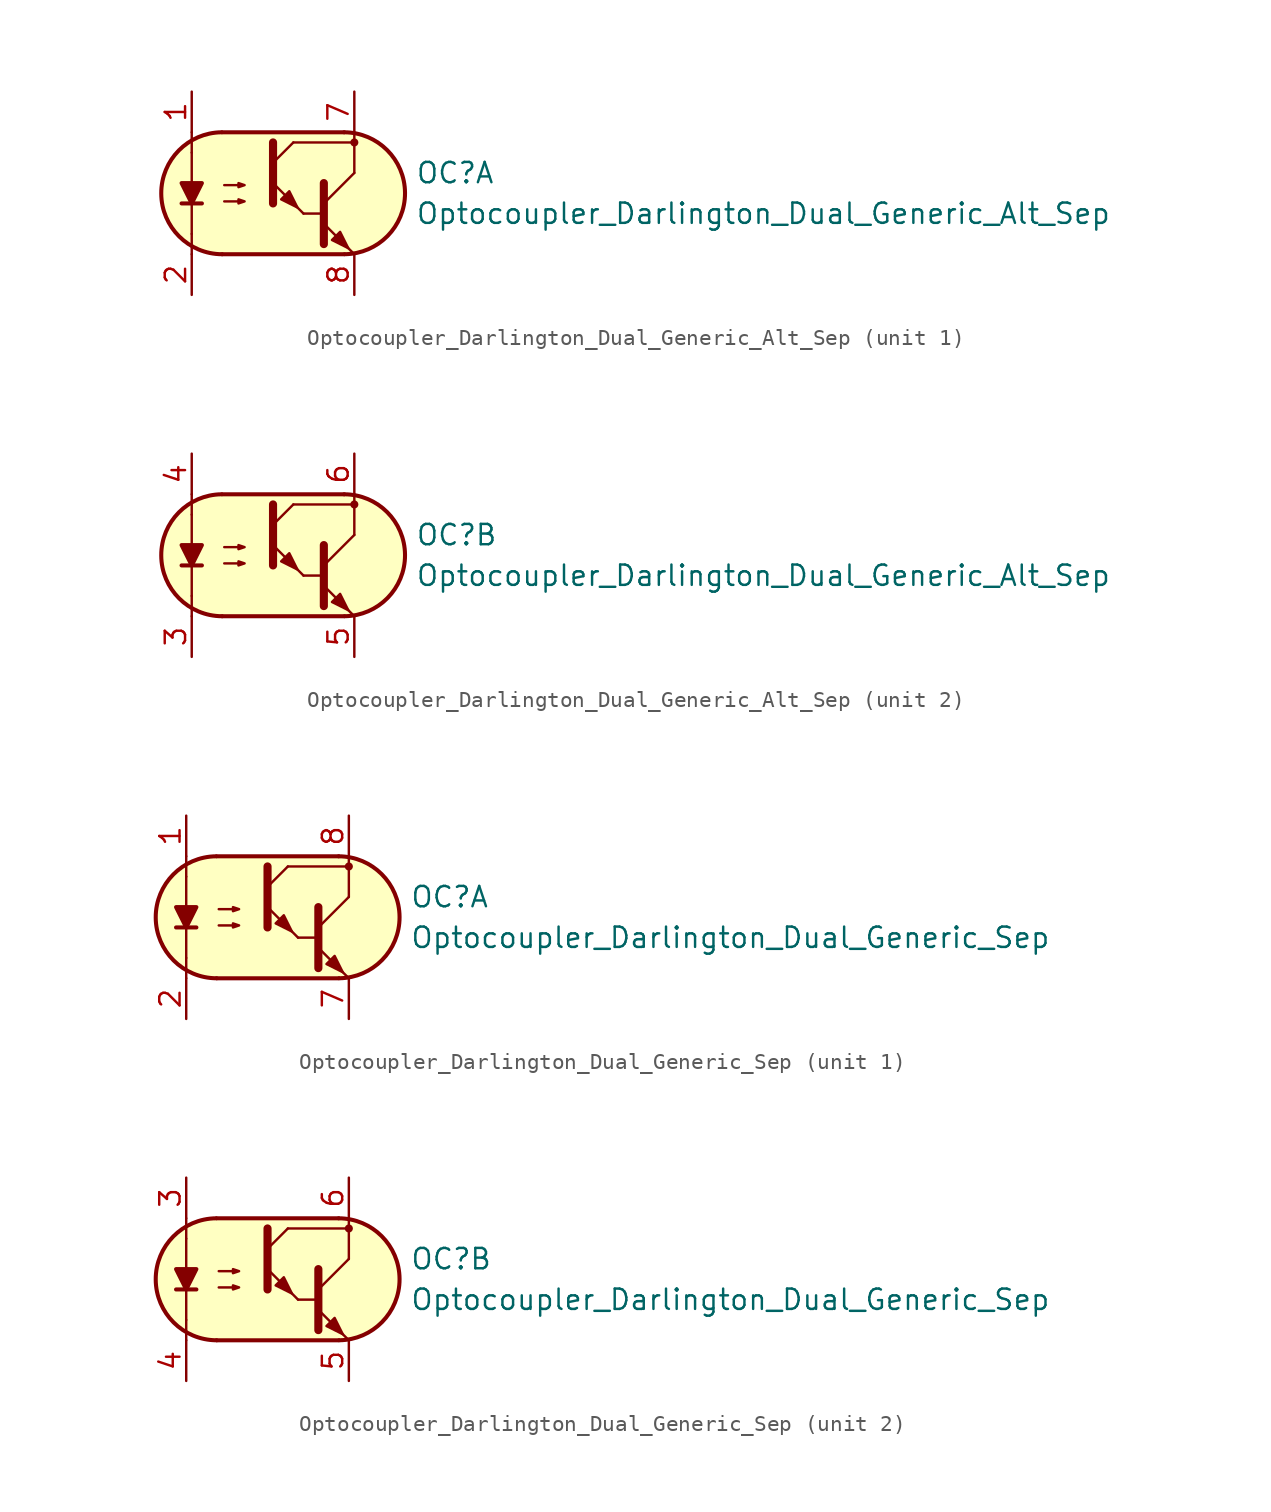
<source format=kicad_sym>
(kicad_symbol_lib
  (version 20231120)
  (generator "kicad_symbol_editor")
  (generator_version "8.0")
  (symbol "Optocoupler_Darlington_Dual_Generic_Alt_Sep"
    (pin_names
      (offset 1.016))
    (property "Reference" "OC"
      (at 8.89 1.27 0)
      (effects (font (size 1.27 1.27)) (justify left)))
    (property "Value" "Optocoupler_Darlington_Dual_Generic_Alt_Sep"
      (at 8.89 -1.27 0)
      (effects (font (size 1.27 1.27)) (justify left)))
    (property "ki_locked" ""
      (at 0 0 0)
      (effects (font (size 1.27 1.27))))
    (symbol "Optocoupler_Darlington_Dual_Generic_Alt_Sep_0_1"
      (arc (start -3.2135 3.8099) (mid -6.9851 -0.016) (end -3.1816 -3.8101) (stroke (width 0.254) (type default)) (fill (type none)))
      (polyline (pts (xy -5.08 -2.54) (xy -5.08 -3.81)) (stroke (width 0.152) (type default)) (fill (type none)))
      (polyline (pts (xy -5.08 -2.54) (xy -5.08 2.54)) (stroke (width 0.152) (type default)) (fill (type none)))
      (polyline (pts (xy -5.08 2.54) (xy -5.08 3.81)) (stroke (width 0.152) (type default)) (fill (type none)))
      (polyline (pts (xy -3.175 -3.81) (xy 4.445 -3.81)) (stroke (width 0.254) (type default)) (fill (type none)))
      (polyline (pts (xy 1.27 3.175) (xy 5.08 3.175)) (stroke (width 0.152) (type default)) (fill (type none)))
      (polyline (pts (xy 1.905 -1.27) (xy 3.175 -1.27)) (stroke (width 0) (type default)) (fill (type none)))
      (polyline (pts (xy 3.175 -0.635) (xy 5.08 1.27)) (stroke (width 0) (type default)) (fill (type none)))
      (polyline (pts (xy 4.445 3.81) (xy -3.175 3.81)) (stroke (width 0.254) (type default)) (fill (type none)))
      (polyline (pts (xy 5.08 -3.81) (xy 3.175 -1.905)) (stroke (width 0) (type default)) (fill (type outline)))
      (polyline (pts (xy 5.08 1.27) (xy 5.08 3.81)) (stroke (width 0.152) (type default)) (fill (type none)))
      (polyline (pts (xy 3.175 0.635) (xy 3.175 -3.175) (xy 3.175 -3.175)) (stroke (width 0.508) (type default)) (fill (type none)))
      (polyline (pts (xy -3.048 -0.508) (xy -1.778 -0.508) (xy -2.159 -0.635) (xy -2.159 -0.381) (xy -1.778 -0.508)) (stroke (width 0) (type default)) (fill (type none)))
      (polyline (pts (xy -3.048 0.508) (xy -1.778 0.508) (xy -2.159 0.381) (xy -2.159 0.635) (xy -1.778 0.508)) (stroke (width 0) (type default)) (fill (type none)))
      (polyline (pts (xy 3.683 -2.921) (xy 4.191 -2.413) (xy 4.699 -3.429) (xy 3.683 -2.921) (xy 3.683 -2.921)) (stroke (width 0) (type default)) (fill (type outline)))
      (polyline (pts (xy 4.445 3.81) (xy -2.921 3.81) (xy -3.302 3.81) (xy -3.556 3.81) (xy -4.191 3.683) (xy -4.826 3.429) (xy -5.334 3.175) (xy -6.223 2.286) (xy -6.858 1.016) (xy -6.985 -0.127) (xy -6.731 -1.27) (xy -6.096 -2.413) (xy -5.08 -3.302) (xy -3.556 -3.81) (xy 4.826 -3.81) (xy 5.842 -3.556) (xy 6.858 -2.921) (xy 7.62 -2.159) (xy 8.001 -1.397) (xy 8.255 -0.127) (xy 8.128 0.889) (xy 7.874 1.651) (xy 7.493 2.286) (xy 6.985 2.794) (xy 6.35 3.302) (xy 5.461 3.683) (xy 4.445 3.81)) (stroke (width 0.01) (type default)) (fill (type background)))
      (arc (start 4.4769 -3.81) (mid 8.2485 0.0159) (end 4.445 3.81) (stroke (width 0.254) (type default)) (fill (type none))))
    (symbol "Optocoupler_Darlington_Dual_Generic_Alt_Sep_1_1"
      (polyline (pts (xy -5.715 -0.635) (xy -4.445 -0.635)) (stroke (width 0.254) (type default)) (fill (type none)))
      (polyline (pts (xy 0 1.905) (xy 1.27 3.175)) (stroke (width 0) (type default)) (fill (type none)))
      (polyline (pts (xy 1.905 -1.27) (xy 0 0.635)) (stroke (width 0) (type default)) (fill (type outline)))
      (polyline (pts (xy 0 3.175) (xy 0 -0.635) (xy 0 -0.635)) (stroke (width 0.508) (type default)) (fill (type none)))
      (polyline (pts (xy -5.08 -0.635) (xy -5.715 0.635) (xy -4.445 0.635) (xy -5.08 -0.635)) (stroke (width 0.254) (type default)) (fill (type outline)))
      (polyline (pts (xy 0.508 -0.381) (xy 1.016 0.127) (xy 1.524 -0.889) (xy 0.508 -0.381) (xy 0.508 -0.381)) (stroke (width 0) (type default)) (fill (type outline)))
      (circle (center 5.08 3.175) (radius 0.178) (stroke (width 0) (type default)) (fill (type outline)))
      (pin passive line (at -5.08 6.35 270) (length 2.54) (name "~" (effects (font (size 1.27 1.27)))) (number "1" (effects (font (size 1.27 1.27)))))
      (pin passive line (at -5.08 -6.35 90) (length 2.54) (name "~" (effects (font (size 1.27 1.27)))) (number "2" (effects (font (size 1.27 1.27)))))
      (pin passive line (at 5.08 6.35 270) (length 2.54) (name "~" (effects (font (size 1.27 1.27)))) (number "7" (effects (font (size 1.27 1.27)))))
      (pin passive line (at 5.08 -6.35 90) (length 2.54) (name "~" (effects (font (size 1.27 1.27)))) (number "8" (effects (font (size 1.27 1.27))))))
    (symbol "Optocoupler_Darlington_Dual_Generic_Alt_Sep_2_1"
      (polyline (pts (xy -5.715 -0.635) (xy -4.445 -0.635)) (stroke (width 0.254) (type default)) (fill (type none)))
      (polyline (pts (xy 0 1.905) (xy 1.27 3.175)) (stroke (width 0) (type default)) (fill (type none)))
      (polyline (pts (xy 1.905 -1.27) (xy 0 0.635)) (stroke (width 0) (type default)) (fill (type outline)))
      (polyline (pts (xy 0 3.175) (xy 0 -0.635) (xy 0 -0.635)) (stroke (width 0.508) (type default)) (fill (type none)))
      (polyline (pts (xy -5.08 -0.635) (xy -5.715 0.635) (xy -4.445 0.635) (xy -5.08 -0.635)) (stroke (width 0.254) (type default)) (fill (type outline)))
      (polyline (pts (xy 0.508 -0.381) (xy 1.016 0.127) (xy 1.524 -0.889) (xy 0.508 -0.381) (xy 0.508 -0.381)) (stroke (width 0) (type default)) (fill (type outline)))
      (circle (center 5.08 3.175) (radius 0.178) (stroke (width 0) (type default)) (fill (type outline)))
      (pin passive line (at -5.08 -6.35 90) (length 2.54) (name "~" (effects (font (size 1.27 1.27)))) (number "3" (effects (font (size 1.27 1.27)))))
      (pin passive line (at -5.08 6.35 270) (length 2.54) (name "~" (effects (font (size 1.27 1.27)))) (number "4" (effects (font (size 1.27 1.27)))))
      (pin passive line (at 5.08 -6.35 90) (length 2.54) (name "~" (effects (font (size 1.27 1.27)))) (number "5" (effects (font (size 1.27 1.27)))))
      (pin passive line (at 5.08 6.35 270) (length 2.54) (name "~" (effects (font (size 1.27 1.27)))) (number "6" (effects (font (size 1.27 1.27)))))))
  (symbol "Optocoupler_Darlington_Dual_Generic_Sep"
    (pin_names
      (offset 1.016))
    (property "Reference" "OC"
      (at 8.89 1.27 0)
      (effects (font (size 1.27 1.27)) (justify left)))
    (property "Value" "Optocoupler_Darlington_Dual_Generic_Sep"
      (at 8.89 -1.27 0)
      (effects (font (size 1.27 1.27)) (justify left)))
    (property "ki_locked" ""
      (at 0 0 0)
      (effects (font (size 1.27 1.27))))
    (symbol "Optocoupler_Darlington_Dual_Generic_Sep_0_1"
      (arc (start -3.2135 3.8099) (mid -6.9851 -0.016) (end -3.1816 -3.8101) (stroke (width 0.254) (type default)) (fill (type none)))
      (polyline (pts (xy -5.08 -2.54) (xy -5.08 -3.81)) (stroke (width 0.152) (type default)) (fill (type none)))
      (polyline (pts (xy -5.08 -2.54) (xy -5.08 2.54)) (stroke (width 0.152) (type default)) (fill (type none)))
      (polyline (pts (xy -5.08 2.54) (xy -5.08 3.81)) (stroke (width 0.152) (type default)) (fill (type none)))
      (polyline (pts (xy -3.175 -3.81) (xy 4.445 -3.81)) (stroke (width 0.254) (type default)) (fill (type none)))
      (polyline (pts (xy 1.27 3.175) (xy 5.08 3.175)) (stroke (width 0.152) (type default)) (fill (type none)))
      (polyline (pts (xy 1.905 -1.27) (xy 3.175 -1.27)) (stroke (width 0) (type default)) (fill (type none)))
      (polyline (pts (xy 3.175 -0.635) (xy 5.08 1.27)) (stroke (width 0) (type default)) (fill (type none)))
      (polyline (pts (xy 4.445 3.81) (xy -3.175 3.81)) (stroke (width 0.254) (type default)) (fill (type none)))
      (polyline (pts (xy 5.08 -3.81) (xy 3.175 -1.905)) (stroke (width 0) (type default)) (fill (type outline)))
      (polyline (pts (xy 5.08 1.27) (xy 5.08 3.81)) (stroke (width 0.152) (type default)) (fill (type none)))
      (polyline (pts (xy 3.175 0.635) (xy 3.175 -3.175) (xy 3.175 -3.175)) (stroke (width 0.508) (type default)) (fill (type none)))
      (polyline (pts (xy -3.048 -0.508) (xy -1.778 -0.508) (xy -2.159 -0.635) (xy -2.159 -0.381) (xy -1.778 -0.508)) (stroke (width 0) (type default)) (fill (type none)))
      (polyline (pts (xy -3.048 0.508) (xy -1.778 0.508) (xy -2.159 0.381) (xy -2.159 0.635) (xy -1.778 0.508)) (stroke (width 0) (type default)) (fill (type none)))
      (polyline (pts (xy 3.683 -2.921) (xy 4.191 -2.413) (xy 4.699 -3.429) (xy 3.683 -2.921) (xy 3.683 -2.921)) (stroke (width 0) (type default)) (fill (type outline)))
      (polyline (pts (xy 4.445 3.81) (xy -2.921 3.81) (xy -3.302 3.81) (xy -3.556 3.81) (xy -4.191 3.683) (xy -4.826 3.429) (xy -5.334 3.175) (xy -6.223 2.286) (xy -6.858 1.016) (xy -6.985 -0.127) (xy -6.731 -1.27) (xy -6.096 -2.413) (xy -5.08 -3.302) (xy -3.556 -3.81) (xy 4.826 -3.81) (xy 5.842 -3.556) (xy 6.858 -2.921) (xy 7.62 -2.159) (xy 8.001 -1.397) (xy 8.255 -0.127) (xy 8.128 0.889) (xy 7.874 1.651) (xy 7.493 2.286) (xy 6.985 2.794) (xy 6.35 3.302) (xy 5.461 3.683) (xy 4.445 3.81)) (stroke (width 0.01) (type default)) (fill (type background)))
      (arc (start 4.4769 -3.81) (mid 8.2485 0.0159) (end 4.445 3.81) (stroke (width 0.254) (type default)) (fill (type none))))
    (symbol "Optocoupler_Darlington_Dual_Generic_Sep_1_1"
      (polyline (pts (xy -5.715 -0.635) (xy -4.445 -0.635)) (stroke (width 0.254) (type default)) (fill (type none)))
      (polyline (pts (xy 0 1.905) (xy 1.27 3.175)) (stroke (width 0) (type default)) (fill (type none)))
      (polyline (pts (xy 1.905 -1.27) (xy 0 0.635)) (stroke (width 0) (type default)) (fill (type outline)))
      (polyline (pts (xy 0 3.175) (xy 0 -0.635) (xy 0 -0.635)) (stroke (width 0.508) (type default)) (fill (type none)))
      (polyline (pts (xy -5.08 -0.635) (xy -5.715 0.635) (xy -4.445 0.635) (xy -5.08 -0.635)) (stroke (width 0.254) (type default)) (fill (type outline)))
      (polyline (pts (xy 0.508 -0.381) (xy 1.016 0.127) (xy 1.524 -0.889) (xy 0.508 -0.381) (xy 0.508 -0.381)) (stroke (width 0) (type default)) (fill (type outline)))
      (circle (center 5.08 3.175) (radius 0.178) (stroke (width 0) (type default)) (fill (type outline)))
      (pin passive line (at -5.08 6.35 270) (length 2.54) (name "~" (effects (font (size 1.27 1.27)))) (number "1" (effects (font (size 1.27 1.27)))))
      (pin passive line (at -5.08 -6.35 90) (length 2.54) (name "~" (effects (font (size 1.27 1.27)))) (number "2" (effects (font (size 1.27 1.27)))))
      (pin passive line (at 5.08 -6.35 90) (length 2.54) (name "~" (effects (font (size 1.27 1.27)))) (number "7" (effects (font (size 1.27 1.27)))))
      (pin passive line (at 5.08 6.35 270) (length 2.54) (name "~" (effects (font (size 1.27 1.27)))) (number "8" (effects (font (size 1.27 1.27))))))
    (symbol "Optocoupler_Darlington_Dual_Generic_Sep_2_1"
      (polyline (pts (xy -5.715 -0.635) (xy -4.445 -0.635)) (stroke (width 0.254) (type default)) (fill (type none)))
      (polyline (pts (xy 0 1.905) (xy 1.27 3.175)) (stroke (width 0) (type default)) (fill (type none)))
      (polyline (pts (xy 1.905 -1.27) (xy 0 0.635)) (stroke (width 0) (type default)) (fill (type outline)))
      (polyline (pts (xy 0 3.175) (xy 0 -0.635) (xy 0 -0.635)) (stroke (width 0.508) (type default)) (fill (type none)))
      (polyline (pts (xy -5.08 -0.635) (xy -5.715 0.635) (xy -4.445 0.635) (xy -5.08 -0.635)) (stroke (width 0.254) (type default)) (fill (type outline)))
      (polyline (pts (xy 0.508 -0.381) (xy 1.016 0.127) (xy 1.524 -0.889) (xy 0.508 -0.381) (xy 0.508 -0.381)) (stroke (width 0) (type default)) (fill (type outline)))
      (circle (center 5.08 3.175) (radius 0.178) (stroke (width 0) (type default)) (fill (type outline)))
      (pin passive line (at -5.08 6.35 270) (length 2.54) (name "~" (effects (font (size 1.27 1.27)))) (number "3" (effects (font (size 1.27 1.27)))))
      (pin passive line (at -5.08 -6.35 90) (length 2.54) (name "~" (effects (font (size 1.27 1.27)))) (number "4" (effects (font (size 1.27 1.27)))))
      (pin passive line (at 5.08 -6.35 90) (length 2.54) (name "~" (effects (font (size 1.27 1.27)))) (number "5" (effects (font (size 1.27 1.27)))))
      (pin passive line (at 5.08 6.35 270) (length 2.54) (name "~" (effects (font (size 1.27 1.27)))) (number "6" (effects (font (size 1.27 1.27))))))))
</source>
